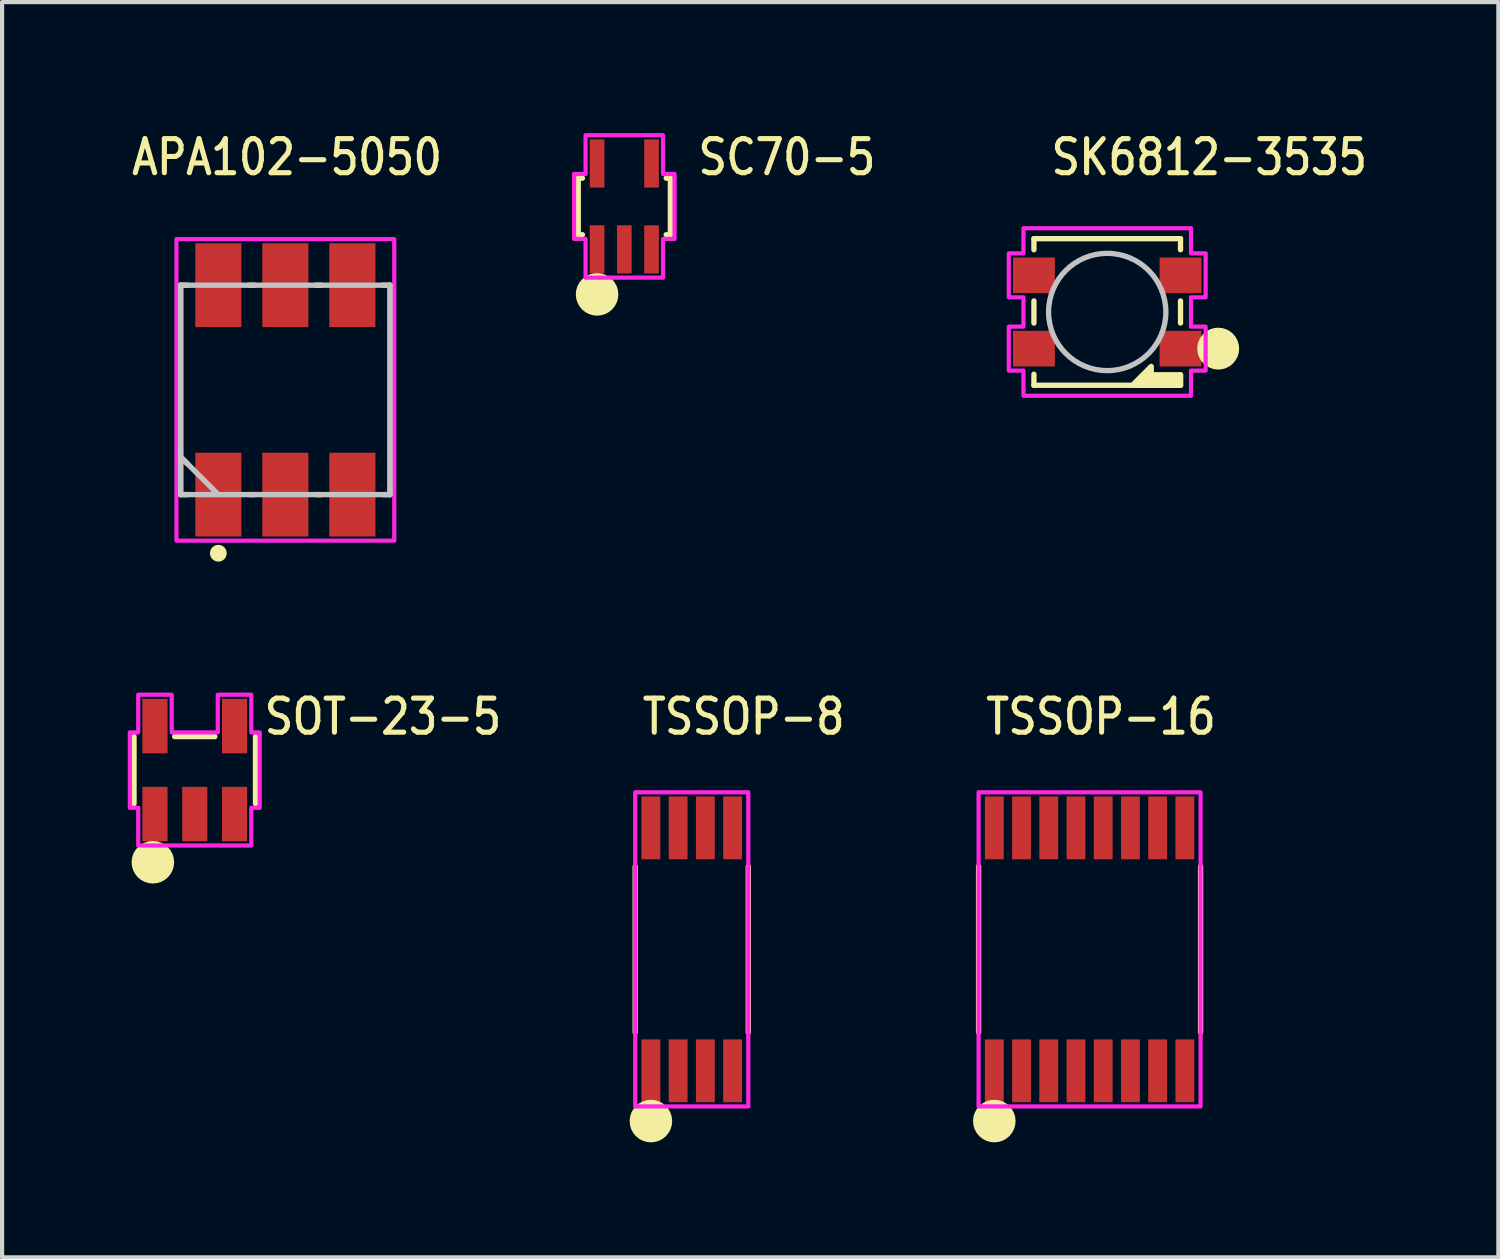
<source format=kicad_pcb>
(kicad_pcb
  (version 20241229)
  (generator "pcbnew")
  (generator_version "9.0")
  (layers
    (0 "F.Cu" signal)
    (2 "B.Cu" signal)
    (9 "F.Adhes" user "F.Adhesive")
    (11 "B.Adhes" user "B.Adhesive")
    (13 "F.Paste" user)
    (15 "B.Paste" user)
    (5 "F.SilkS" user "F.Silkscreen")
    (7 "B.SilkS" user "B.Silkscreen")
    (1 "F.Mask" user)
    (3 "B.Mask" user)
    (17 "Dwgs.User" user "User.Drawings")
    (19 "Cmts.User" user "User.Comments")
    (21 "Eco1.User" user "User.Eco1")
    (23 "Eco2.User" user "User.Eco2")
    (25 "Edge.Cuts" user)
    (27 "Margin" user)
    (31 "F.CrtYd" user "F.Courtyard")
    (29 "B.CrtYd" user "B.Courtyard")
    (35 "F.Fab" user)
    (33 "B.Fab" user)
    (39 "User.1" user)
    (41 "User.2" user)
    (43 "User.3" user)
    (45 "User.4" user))
  (footprint "SOT-23-5"
    (layer "F.Cu")
    (at 1.6 15.337)
    (property "Reference" "SOT-23-5" (at 1.6 -0.8 0) (unlocked yes) (layer "F.SilkS") (effects (font (size 0.813 0.695) (thickness 0.122)) (justify left bottom)))
    (fp_line (start -1.45 -0.8) (end -1.45 0.8) (stroke (width 0.127) (type solid)) (layer "F.SilkS"))
    (fp_line (start -0.48 -0.8) (end 0.48 -0.8) (stroke (width 0.127) (type solid)) (layer "F.SilkS"))
    (fp_line (start 1.45 -0.8) (end 1.45 0.8) (stroke (width 0.127) (type solid)) (layer "F.SilkS"))
    (fp_circle (center -1 2.2) (end -1 2.2) (stroke (width 0.508) (type solid)) (fill no) (layer "F.SilkS"))
    (fp_poly (pts (xy -1.35 -1.8) (xy -0.55 -1.8) (xy -0.55 -0.9) (xy 0.55 -0.9) (xy 0.55 -1.8) (xy 1.35 -1.8) (xy 1.35 -0.9) (xy 1.55 -0.9) (xy 1.55 0.9) (xy 1.35 0.9) (xy 1.35 1.8) (xy -1.35 1.8) (xy -1.35 0.9) (xy -1.55 0.9) (xy -1.55 -0.9) (xy -1.35 -0.9)) (stroke (width 0.1) (type solid)) (fill no) (layer "F.CrtYd"))
    (pad "P$1" smd rect (at -0.95 1.05) (size 0.6 1.3) (layers "F.Cu" "F.Mask" "F.Paste"))
    (pad "P$2" smd rect (at 0 1.05) (size 0.6 1.3) (layers "F.Cu" "F.Mask" "F.Paste"))
    (pad "P$3" smd rect (at 0.95 1.05) (size 0.6 1.3) (layers "F.Cu" "F.Mask" "F.Paste"))
    (pad "P$4" smd rect (at 0.95 -1.05) (size 0.6 1.3) (layers "F.Cu" "F.Mask" "F.Paste"))
    (pad "P$5" smd rect (at -0.95 -1.05) (size 0.6 1.3) (layers "F.Cu" "F.Mask" "F.Paste")))
  (footprint "TSSOP-16"
    (layer "F.Cu")
    (at 22.965 19.617)
    (property "Reference" "TSSOP-16" (at -2.54 -5.08 0) (unlocked yes) (layer "F.SilkS") (effects (font (size 0.813 0.695) (thickness 0.122)) (justify left bottom)))
    (fp_line (start -2.65 -1.98) (end -2.65 1.98) (stroke (width 0.127) (type solid)) (layer "F.SilkS"))
    (fp_line (start 2.65 -1.98) (end 2.65 1.98) (stroke (width 0.127) (type solid)) (layer "F.SilkS"))
    (fp_circle (center -2.275 4.1) (end -2.275 4.1) (stroke (width 0.508) (type solid)) (fill no) (layer "F.SilkS"))
    (fp_poly (pts (xy -2.65 3.75) (xy 2.65 3.75) (xy 2.65 -3.75) (xy -2.65 -3.75)) (stroke (width 0.1) (type solid)) (fill no) (layer "F.CrtYd"))
    (pad "P$1" smd rect (at -2.275 2.9) (size 0.45 1.5) (layers "F.Cu" "F.Mask" "F.Paste"))
    (pad "P$2" smd rect (at -1.625 2.9) (size 0.45 1.5) (layers "F.Cu" "F.Mask" "F.Paste"))
    (pad "P$3" smd rect (at -0.975 2.9) (size 0.45 1.5) (layers "F.Cu" "F.Mask" "F.Paste"))
    (pad "P$4" smd rect (at -0.325 2.9) (size 0.45 1.5) (layers "F.Cu" "F.Mask" "F.Paste"))
    (pad "P$5" smd rect (at 0.325 2.9) (size 0.45 1.5) (layers "F.Cu" "F.Mask" "F.Paste"))
    (pad "P$6" smd rect (at 0.975 2.9) (size 0.45 1.5) (layers "F.Cu" "F.Mask" "F.Paste"))
    (pad "P$7" smd rect (at 1.625 2.9) (size 0.45 1.5) (layers "F.Cu" "F.Mask" "F.Paste"))
    (pad "P$8" smd rect (at 2.275 2.9) (size 0.45 1.5) (layers "F.Cu" "F.Mask" "F.Paste"))
    (pad "P$9" smd rect (at 2.275 -2.9) (size 0.45 1.5) (layers "F.Cu" "F.Mask" "F.Paste"))
    (pad "P$10" smd rect (at 1.625 -2.9) (size 0.45 1.5) (layers "F.Cu" "F.Mask" "F.Paste"))
    (pad "P$11" smd rect (at 0.975 -2.9) (size 0.45 1.5) (layers "F.Cu" "F.Mask" "F.Paste"))
    (pad "P$12" smd rect (at 0.325 -2.9) (size 0.45 1.5) (layers "F.Cu" "F.Mask" "F.Paste"))
    (pad "P$13" smd rect (at -0.325 -2.9) (size 0.45 1.5) (layers "F.Cu" "F.Mask" "F.Paste"))
    (pad "P$14" smd rect (at -0.975 -2.9) (size 0.45 1.5) (layers "F.Cu" "F.Mask" "F.Paste"))
    (pad "P$15" smd rect (at -1.625 -2.9) (size 0.45 1.5) (layers "F.Cu" "F.Mask" "F.Paste"))
    (pad "P$16" smd rect (at -2.275 -2.9) (size 0.45 1.5) (layers "F.Cu" "F.Mask" "F.Paste")))
  (footprint "SK6812-3535"
    (layer "F.Cu")
    (at 23.386 4.399)
    (property "Reference" "SK6812-3535" (at -1.4 -3.22 0) (unlocked yes) (layer "F.SilkS") (effects (font (size 0.813 0.695) (thickness 0.122)) (justify left bottom)))
    (fp_line (start -1.75 -1.75) (end -1.75 -1.486) (stroke (width 0.127) (type solid)) (layer "F.SilkS"))
    (fp_line (start -1.75 -1.75) (end 1.75 -1.75) (stroke (width 0.127) (type solid)) (layer "F.SilkS"))
    (fp_line (start -1.75 -0.264) (end -1.75 0.264) (stroke (width 0.127) (type solid)) (layer "F.SilkS"))
    (fp_line (start -1.75 1.75) (end -1.75 1.486) (stroke (width 0.127) (type solid)) (layer "F.SilkS"))
    (fp_line (start 1.75 -1.75) (end 1.75 -1.486) (stroke (width 0.127) (type solid)) (layer "F.SilkS"))
    (fp_line (start 1.75 -0.264) (end 1.75 0.264) (stroke (width 0.127) (type solid)) (layer "F.SilkS"))
    (fp_line (start 1.75 1.75) (end -1.75 1.75) (stroke (width 0.127) (type solid)) (layer "F.SilkS"))
    (fp_line (start 1.75 1.75) (end 1.75 1.5) (stroke (width 0.127) (type solid)) (layer "F.SilkS"))
    (fp_circle (center 2.65 0.875) (end 2.65 0.875) (stroke (width 0.5) (type solid)) (fill no) (layer "F.SilkS"))
    (fp_poly (pts (xy 0.6 1.75) (xy 1.05 1.3) (xy 1.05 1.5) (xy 1.75 1.5) (xy 1.75 1.75)) (stroke (width 0.127) (type solid)) (fill yes) (layer "F.SilkS"))
    (fp_circle (center 0 0) (end 1.4 0) (stroke (width 0.127) (type solid)) (fill no) (layer "Dwgs.User"))
    (fp_poly (pts (xy -2 -2) (xy 2 -2) (xy 2 -1.4) (xy 2.35 -1.4) (xy 2.35 -0.35) (xy 2 -0.35) (xy 2 0.35) (xy 2.35 0.35) (xy 2.35 1.4) (xy 2 1.4) (xy 2 2) (xy -2 2) (xy -2 1.4) (xy -2.35 1.4) (xy -2.35 0.35) (xy -2 0.35) (xy -2 -0.35) (xy -2.35 -0.35) (xy -2.35 -1.4) (xy -2 -1.4)) (stroke (width 0.1) (type solid)) (fill no) (layer "F.CrtYd"))
    (pad "P$1" smd rect (at 1.75 0.875) (size 1 0.85) (layers "F.Cu" "F.Mask" "F.Paste"))
    (pad "P$2" smd rect (at 1.75 -0.875) (size 1 0.85) (layers "F.Cu" "F.Mask" "F.Paste"))
    (pad "P$3" smd rect (at -1.75 -0.875) (size 1 0.85) (layers "F.Cu" "F.Mask" "F.Paste"))
    (pad "P$4" smd rect (at -1.75 0.875) (size 1 0.85) (layers "F.Cu" "F.Mask" "F.Paste")))
  (footprint "SC70-5"
    (layer "F.Cu")
    (at 11.856 1.879)
    (property "Reference" "SC70-5" (at 1.7 -0.7 0) (unlocked yes) (layer "F.SilkS") (effects (font (size 0.813 0.695) (thickness 0.122)) (justify left bottom)))
    (fp_line (start -1.1 -0.675) (end -1.1 0.675) (stroke (width 0.127) (type solid)) (layer "F.SilkS"))
    (fp_line (start -1.1 -0.675) (end -1 -0.675) (stroke (width 0.127) (type solid)) (layer "F.SilkS"))
    (fp_line (start -1.1 0.675) (end -1 0.675) (stroke (width 0.127) (type solid)) (layer "F.SilkS"))
    (fp_line (start 1.1 -0.675) (end 1 -0.675) (stroke (width 0.127) (type solid)) (layer "F.SilkS"))
    (fp_line (start 1.1 -0.675) (end 1.1 0.675) (stroke (width 0.127) (type solid)) (layer "F.SilkS"))
    (fp_line (start 1.1 0.675) (end 1 0.675) (stroke (width 0.127) (type solid)) (layer "F.SilkS"))
    (fp_circle (center -0.65 2.1) (end -0.65 2.1) (stroke (width 0.508) (type solid)) (fill no) (layer "F.SilkS"))
    (fp_poly (pts (xy -0.925 -1.7) (xy 0.925 -1.7) (xy 0.925 -0.775) (xy 1.2 -0.775) (xy 1.2 0.775) (xy 0.925 0.775) (xy 0.925 1.7) (xy -0.925 1.7) (xy -0.925 0.775) (xy -1.2 0.775) (xy -1.2 -0.775) (xy -0.925 -0.775)) (stroke (width 0.1) (type solid)) (fill no) (layer "F.CrtYd"))
    (pad "P$1" smd rect (at -0.65 1.025) (size 0.35 1.15) (layers "F.Cu" "F.Mask" "F.Paste"))
    (pad "P$2" smd rect (at 0 1.025) (size 0.35 1.15) (layers "F.Cu" "F.Mask" "F.Paste"))
    (pad "P$3" smd rect (at 0.65 1.025) (size 0.35 1.15) (layers "F.Cu" "F.Mask" "F.Paste"))
    (pad "P$4" smd rect (at 0.65 -1.025) (size 0.35 1.15) (layers "F.Cu" "F.Mask" "F.Paste"))
    (pad "P$5" smd rect (at -0.65 -1.025) (size 0.35 1.15) (layers "F.Cu" "F.Mask" "F.Paste")))
  (footprint "APA102-5050"
    (layer "F.Cu")
    (at 3.763 6.259)
    (property "Reference" "APA102-5050" (at 0.04 -5.08 0) (unlocked yes) (layer "F.SilkS") (effects (font (size 0.813 0.695) (thickness 0.122)) (justify bottom)))
    (fp_line (start -2.5 -2.5) (end -2.5 1.6) (stroke (width 0.127) (type solid)) (layer "F.SilkS"))
    (fp_line (start -2.5 -2.5) (end -2.337 -2.5) (stroke (width 0.127) (type solid)) (layer "F.SilkS"))
    (fp_line (start -2.5 1.6) (end -2.5 2.5) (stroke (width 0.127) (type solid)) (layer "F.SilkS"))
    (fp_line (start -2.5 1.6) (end -2.337 1.764) (stroke (width 0.127) (type solid)) (layer "F.SilkS"))
    (fp_line (start -2.5 2.5) (end -2.337 2.5) (stroke (width 0.127) (type solid)) (layer "F.SilkS"))
    (fp_line (start -0.864 -2.5) (end -0.737 -2.5) (stroke (width 0.127) (type solid)) (layer "F.SilkS"))
    (fp_line (start -0.864 2.5) (end -0.737 2.5) (stroke (width 0.127) (type solid)) (layer "F.SilkS"))
    (fp_line (start 0.737 -2.5) (end 0.864 -2.5) (stroke (width 0.127) (type solid)) (layer "F.SilkS"))
    (fp_line (start 0.737 2.5) (end 0.864 2.5) (stroke (width 0.127) (type solid)) (layer "F.SilkS"))
    (fp_line (start 2.5 -2.5) (end 2.337 -2.5) (stroke (width 0.127) (type solid)) (layer "F.SilkS"))
    (fp_line (start 2.5 -2.5) (end 2.5 2.5) (stroke (width 0.127) (type solid)) (layer "F.SilkS"))
    (fp_line (start 2.5 2.5) (end 2.337 2.5) (stroke (width 0.127) (type solid)) (layer "F.SilkS"))
    (fp_circle (center -1.6 3.9) (end -1.4 3.9) (stroke (width 0) (type solid)) (fill yes) (layer "F.SilkS"))
    (fp_rect (start -1.975 -1.5) (end -1.225 -3.5) (stroke (width 0.01) (type solid)) (fill yes) (layer "F.Paste"))
    (fp_rect (start -1.975 3.5) (end -1.225 1.5) (stroke (width 0.01) (type solid)) (fill yes) (layer "F.Paste"))
    (fp_rect (start -0.375 -1.5) (end 0.375 -3.5) (stroke (width 0.01) (type solid)) (fill yes) (layer "F.Paste"))
    (fp_rect (start -0.375 3.5) (end 0.375 1.5) (stroke (width 0.01) (type solid)) (fill yes) (layer "F.Paste"))
    (fp_rect (start 1.225 -1.5) (end 1.975 -3.5) (stroke (width 0.01) (type solid)) (fill yes) (layer "F.Paste"))
    (fp_rect (start 1.225 3.5) (end 1.975 1.5) (stroke (width 0.01) (type solid)) (fill yes) (layer "F.Paste"))
    (fp_line (start -2.5 -2.5) (end -2.5 1.6) (stroke (width 0.127) (type solid)) (layer "Dwgs.User"))
    (fp_line (start -2.5 1.6) (end -2.5 2.5) (stroke (width 0.127) (type solid)) (layer "Dwgs.User"))
    (fp_line (start -2.5 1.6) (end -1.6 2.5) (stroke (width 0.127) (type solid)) (layer "Dwgs.User"))
    (fp_line (start -2.5 2.5) (end -1.6 2.5) (stroke (width 0.127) (type solid)) (layer "Dwgs.User"))
    (fp_line (start -1.6 2.5) (end 2.5 2.5) (stroke (width 0.127) (type solid)) (layer "Dwgs.User"))
    (fp_line (start 2.5 -2.5) (end -2.5 -2.5) (stroke (width 0.127) (type solid)) (layer "Dwgs.User"))
    (fp_line (start 2.5 2.5) (end 2.5 -2.5) (stroke (width 0.127) (type solid)) (layer "Dwgs.User"))
    (fp_poly (pts (xy -2.6 -3.6) (xy 2.6 -3.6) (xy 2.6 3.6) (xy -2.6 3.6)) (stroke (width 0.1) (type solid)) (fill no) (layer "F.CrtYd"))
    (pad "1DI" smd rect (at -1.6 2.5) (size 1.1 2) (layers "F.Cu" "F.Mask"))
    (pad "2CI" smd rect (at 0 2.5) (size 1.1 2) (layers "F.Cu" "F.Mask"))
    (pad "3GND" smd rect (at 1.6 2.5) (size 1.1 2) (layers "F.Cu" "F.Mask"))
    (pad "4VCC" smd rect (at 1.6 -2.5) (size 1.1 2) (layers "F.Cu" "F.Mask"))
    (pad "5CO" smd rect (at 0 -2.5) (size 1.1 2) (layers "F.Cu" "F.Mask"))
    (pad "6DO" smd rect (at -1.6 -2.5) (size 1.1 2) (layers "F.Cu" "F.Mask")))
  (footprint "TSSOP-8"
    (layer "F.Cu")
    (at 13.466 19.617)
    (property "Reference" "TSSOP-8" (at -1.24 -5.08 0) (unlocked yes) (layer "F.SilkS") (effects (font (size 0.813 0.695) (thickness 0.122)) (justify left bottom)))
    (fp_line (start -1.35 -1.98) (end -1.35 1.98) (stroke (width 0.127) (type solid)) (layer "F.SilkS"))
    (fp_line (start 1.35 -1.98) (end 1.35 1.98) (stroke (width 0.127) (type solid)) (layer "F.SilkS"))
    (fp_circle (center -0.975 4.1) (end -0.975 4.1) (stroke (width 0.508) (type solid)) (fill no) (layer "F.SilkS"))
    (fp_poly (pts (xy -1.35 3.75) (xy 1.35 3.75) (xy 1.35 -3.75) (xy -1.35 -3.75)) (stroke (width 0.1) (type solid)) (fill no) (layer "F.CrtYd"))
    (pad "P$1" smd rect (at -0.975 2.9) (size 0.45 1.5) (layers "F.Cu" "F.Mask" "F.Paste"))
    (pad "P$2" smd rect (at -0.325 2.9) (size 0.45 1.5) (layers "F.Cu" "F.Mask" "F.Paste"))
    (pad "P$3" smd rect (at 0.325 2.9) (size 0.45 1.5) (layers "F.Cu" "F.Mask" "F.Paste"))
    (pad "P$4" smd rect (at 0.975 2.9) (size 0.45 1.5) (layers "F.Cu" "F.Mask" "F.Paste"))
    (pad "P$5" smd rect (at 0.975 -2.9) (size 0.45 1.5) (layers "F.Cu" "F.Mask" "F.Paste"))
    (pad "P$6" smd rect (at 0.325 -2.9) (size 0.45 1.5) (layers "F.Cu" "F.Mask" "F.Paste"))
    (pad "P$7" smd rect (at -0.325 -2.9) (size 0.45 1.5) (layers "F.Cu" "F.Mask" "F.Paste"))
    (pad "P$8" smd rect (at -0.975 -2.9) (size 0.45 1.5) (layers "F.Cu" "F.Mask" "F.Paste")))
  (gr_rect
    (start -3 -3)
    (end 32.725 26.971)
    (stroke (width 0.1) (type default))
    (fill no)
    (layer "Edge.Cuts")))
</source>
